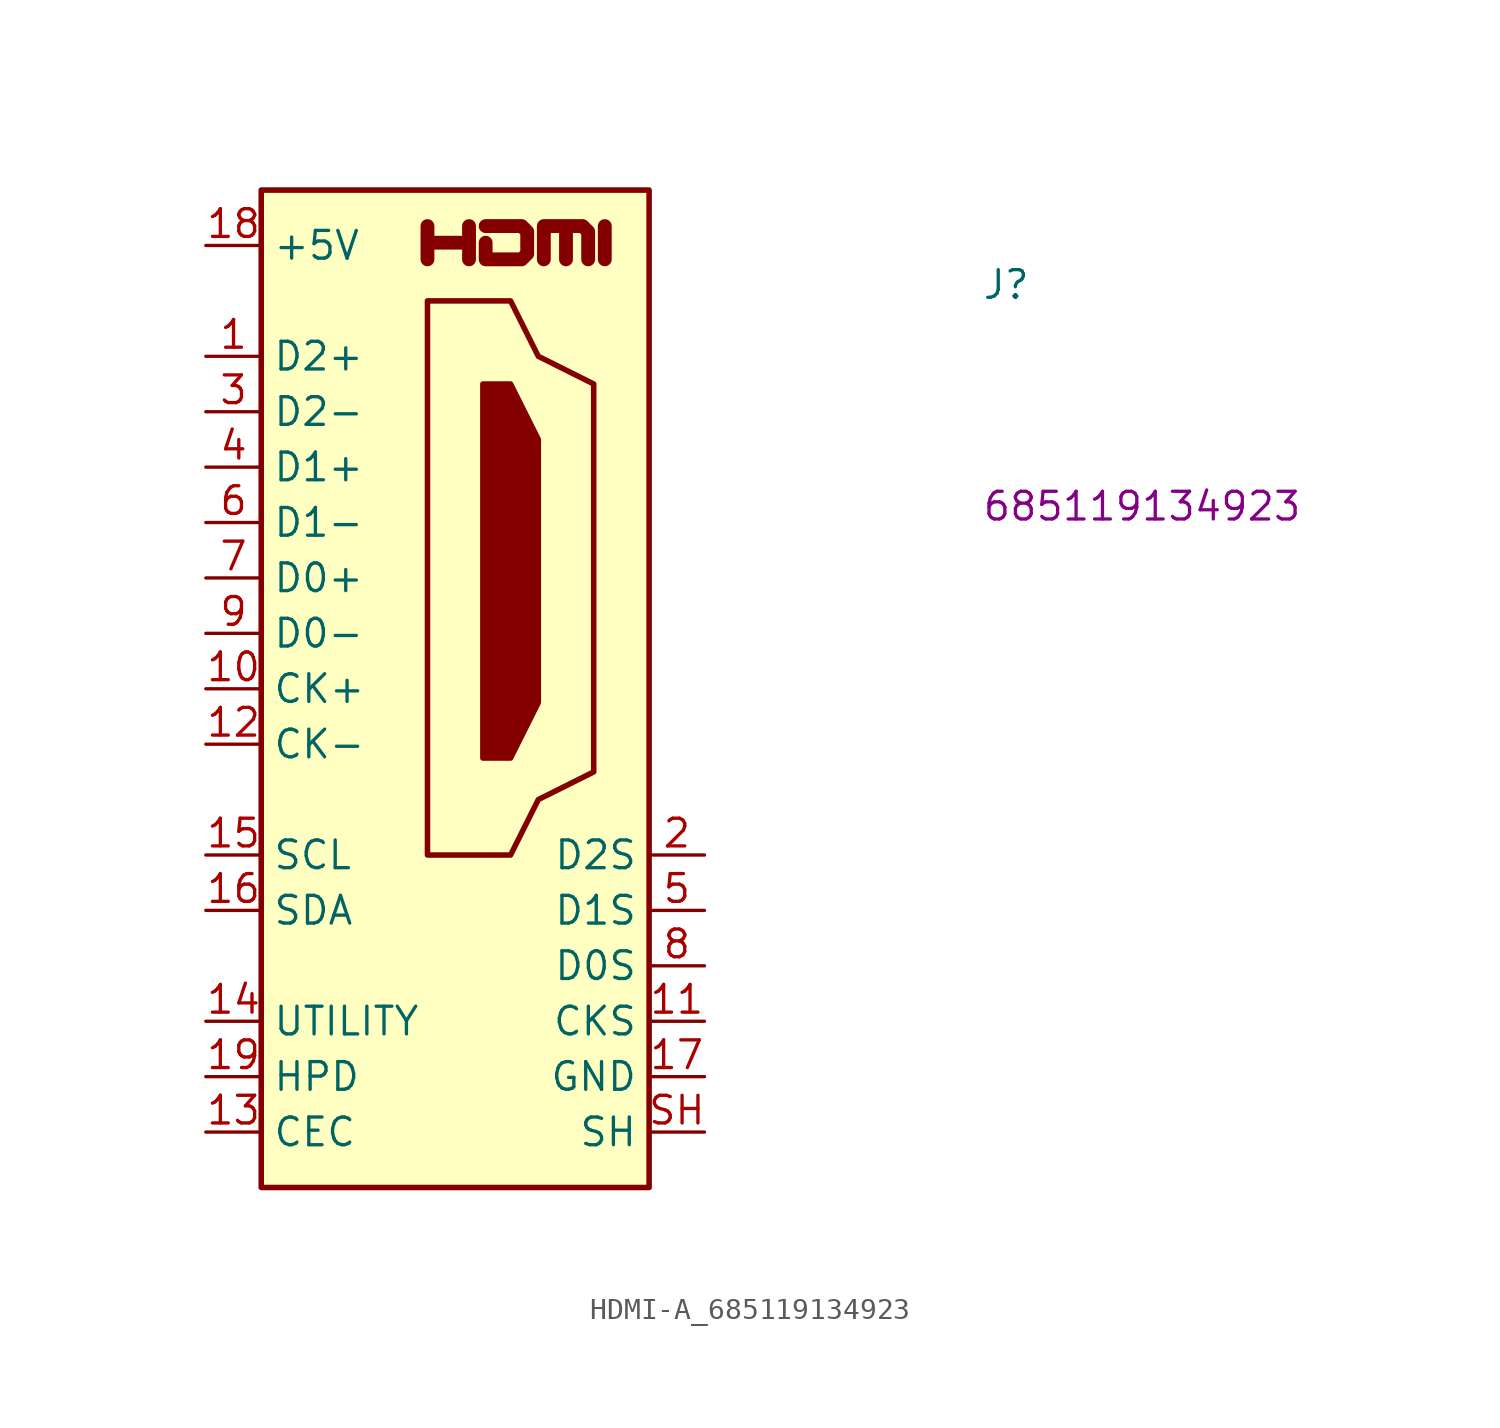
<source format=kicad_sym>
(kicad_symbol_lib
  (version 20211014)
  (generator kicad_symbol_editor)
  (symbol "HDMI-A_685119134923"
    (property "Reference" "J"
      (at 35.56 -2.54 0)
      (effects (font (size 1.27 1.27) (thickness 0.15)) (justify left bottom)))
    (property "MPN" "685119134923"
      (at 35.56 -12.7 0)
      (effects (font (size 1.27 1.27) (thickness 0.15)) (justify left bottom)))
    (symbol "HDMI-A_685119134923_0_0"
      (polyline (pts (xy 18.288 -0.635) (xy 18.288 0.889)) (stroke (width 0.635) (type default) (color 0 0 0 0)) (fill (type none)))
      (polyline (pts (xy 10.16 -0.635) (xy 10.16 0.889) (xy 10.16 0.127) (xy 12.065 0.127) (xy 12.065 0.889) (xy 12.065 -0.635)) (stroke (width 0.635) (type default) (color 0 0 0 0)) (fill (type none)))
      (polyline (pts (xy 12.827 0.889) (xy 14.478 0.889) (xy 14.732 0.635) (xy 14.732 -0.381) (xy 14.478 -0.635) (xy 12.827 -0.635) (xy 12.827 0.127)) (stroke (width 0.635) (type default) (color 0 0 0 0)) (fill (type none))))
    (symbol "HDMI-A_685119134923_0_1"
      (polyline (pts (xy 15.494 -0.635) (xy 15.494 0.889) (xy 16.51 0.889) (xy 16.51 -0.635) (xy 16.51 0.889) (xy 17.272 0.889) (xy 17.526 0.635) (xy 17.526 -0.635)) (stroke (width 0.635) (type default) (color 0 0 0 0)) (fill (type none))))
    (symbol "HDMI-A_685119134923_1_1"
      (polyline (pts (xy 12.7 -6.35) (xy 13.97 -6.35) (xy 15.24 -8.89) (xy 15.24 -20.955) (xy 13.97 -23.495) (xy 12.7 -23.495) (xy 12.7 -6.35)) (stroke (width 0.254) (type default) (color 0 0 0 0)) (fill (type outline)))
      (polyline (pts (xy 10.16 -2.54) (xy 10.16 -27.94) (xy 13.97 -27.94) (xy 15.24 -25.4) (xy 17.78 -24.13) (xy 17.78 -6.35) (xy 15.24 -5.08) (xy 13.97 -2.54) (xy 10.16 -2.54)) (stroke (width 0.254) (type default) (color 0 0 0 0)) (fill (type background)))
      (rectangle (start 2.54 2.54) (end 20.32 -43.18) (stroke (width 0.254) (type default) (color 0 0 0 0)) (fill (type background)))
      (pin passive line (at 0 -5.08 0) (length 2.54) (name "D2+" (effects (font (size 1.27 1.27)))) (number "1" (effects (font (size 1.27 1.27)))))
      (pin passive line (at 0 -20.32 0) (length 2.54) (name "CK+" (effects (font (size 1.27 1.27)))) (number "10" (effects (font (size 1.27 1.27)))))
      (pin passive line (at 22.86 -35.56 180) (length 2.54) (name "CKS" (effects (font (size 1.27 1.27)))) (number "11" (effects (font (size 1.27 1.27)))))
      (pin passive line (at 0 -22.86 0) (length 2.54) (name "CK-" (effects (font (size 1.27 1.27)))) (number "12" (effects (font (size 1.27 1.27)))))
      (pin bidirectional line (at 0 -40.64 0) (length 2.54) (name "CEC" (effects (font (size 1.27 1.27)))) (number "13" (effects (font (size 1.27 1.27)))))
      (pin passive line (at 0 -35.56 0) (length 2.54) (name "UTILITY" (effects (font (size 1.27 1.27)))) (number "14" (effects (font (size 1.27 1.27)))))
      (pin passive line (at 0 -27.94 0) (length 2.54) (name "SCL" (effects (font (size 1.27 1.27)))) (number "15" (effects (font (size 1.27 1.27)))))
      (pin bidirectional line (at 0 -30.48 0) (length 2.54) (name "SDA" (effects (font (size 1.27 1.27)))) (number "16" (effects (font (size 1.27 1.27)))))
      (pin passive line (at 22.86 -38.1 180) (length 2.54) (name "GND" (effects (font (size 1.27 1.27)))) (number "17" (effects (font (size 1.27 1.27)))))
      (pin power_in line (at 0 0 0) (length 2.54) (name "+5V" (effects (font (size 1.27 1.27)))) (number "18" (effects (font (size 1.27 1.27)))))
      (pin passive line (at 0 -38.1 0) (length 2.54) (name "HPD" (effects (font (size 1.27 1.27)))) (number "19" (effects (font (size 1.27 1.27)))))
      (pin passive line (at 22.86 -27.94 180) (length 2.54) (name "D2S" (effects (font (size 1.27 1.27)))) (number "2" (effects (font (size 1.27 1.27)))))
      (pin passive line (at 0 -7.62 0) (length 2.54) (name "D2-" (effects (font (size 1.27 1.27)))) (number "3" (effects (font (size 1.27 1.27)))))
      (pin passive line (at 0 -10.16 0) (length 2.54) (name "D1+" (effects (font (size 1.27 1.27)))) (number "4" (effects (font (size 1.27 1.27)))))
      (pin passive line (at 22.86 -30.48 180) (length 2.54) (name "D1S" (effects (font (size 1.27 1.27)))) (number "5" (effects (font (size 1.27 1.27)))))
      (pin passive line (at 0 -12.7 0) (length 2.54) (name "D1-" (effects (font (size 1.27 1.27)))) (number "6" (effects (font (size 1.27 1.27)))))
      (pin passive line (at 0 -15.24 0) (length 2.54) (name "D0+" (effects (font (size 1.27 1.27)))) (number "7" (effects (font (size 1.27 1.27)))))
      (pin passive line (at 22.86 -33.02 180) (length 2.54) (name "D0S" (effects (font (size 1.27 1.27)))) (number "8" (effects (font (size 1.27 1.27)))))
      (pin passive line (at 0 -17.78 0) (length 2.54) (name "D0-" (effects (font (size 1.27 1.27)))) (number "9" (effects (font (size 1.27 1.27)))))
      (pin passive line (at 22.86 -40.64 180) (length 2.54) (name "SH" (effects (font (size 1.27 1.27)))) (number "SH" (effects (font (size 1.27 1.27))))))))
</source>
